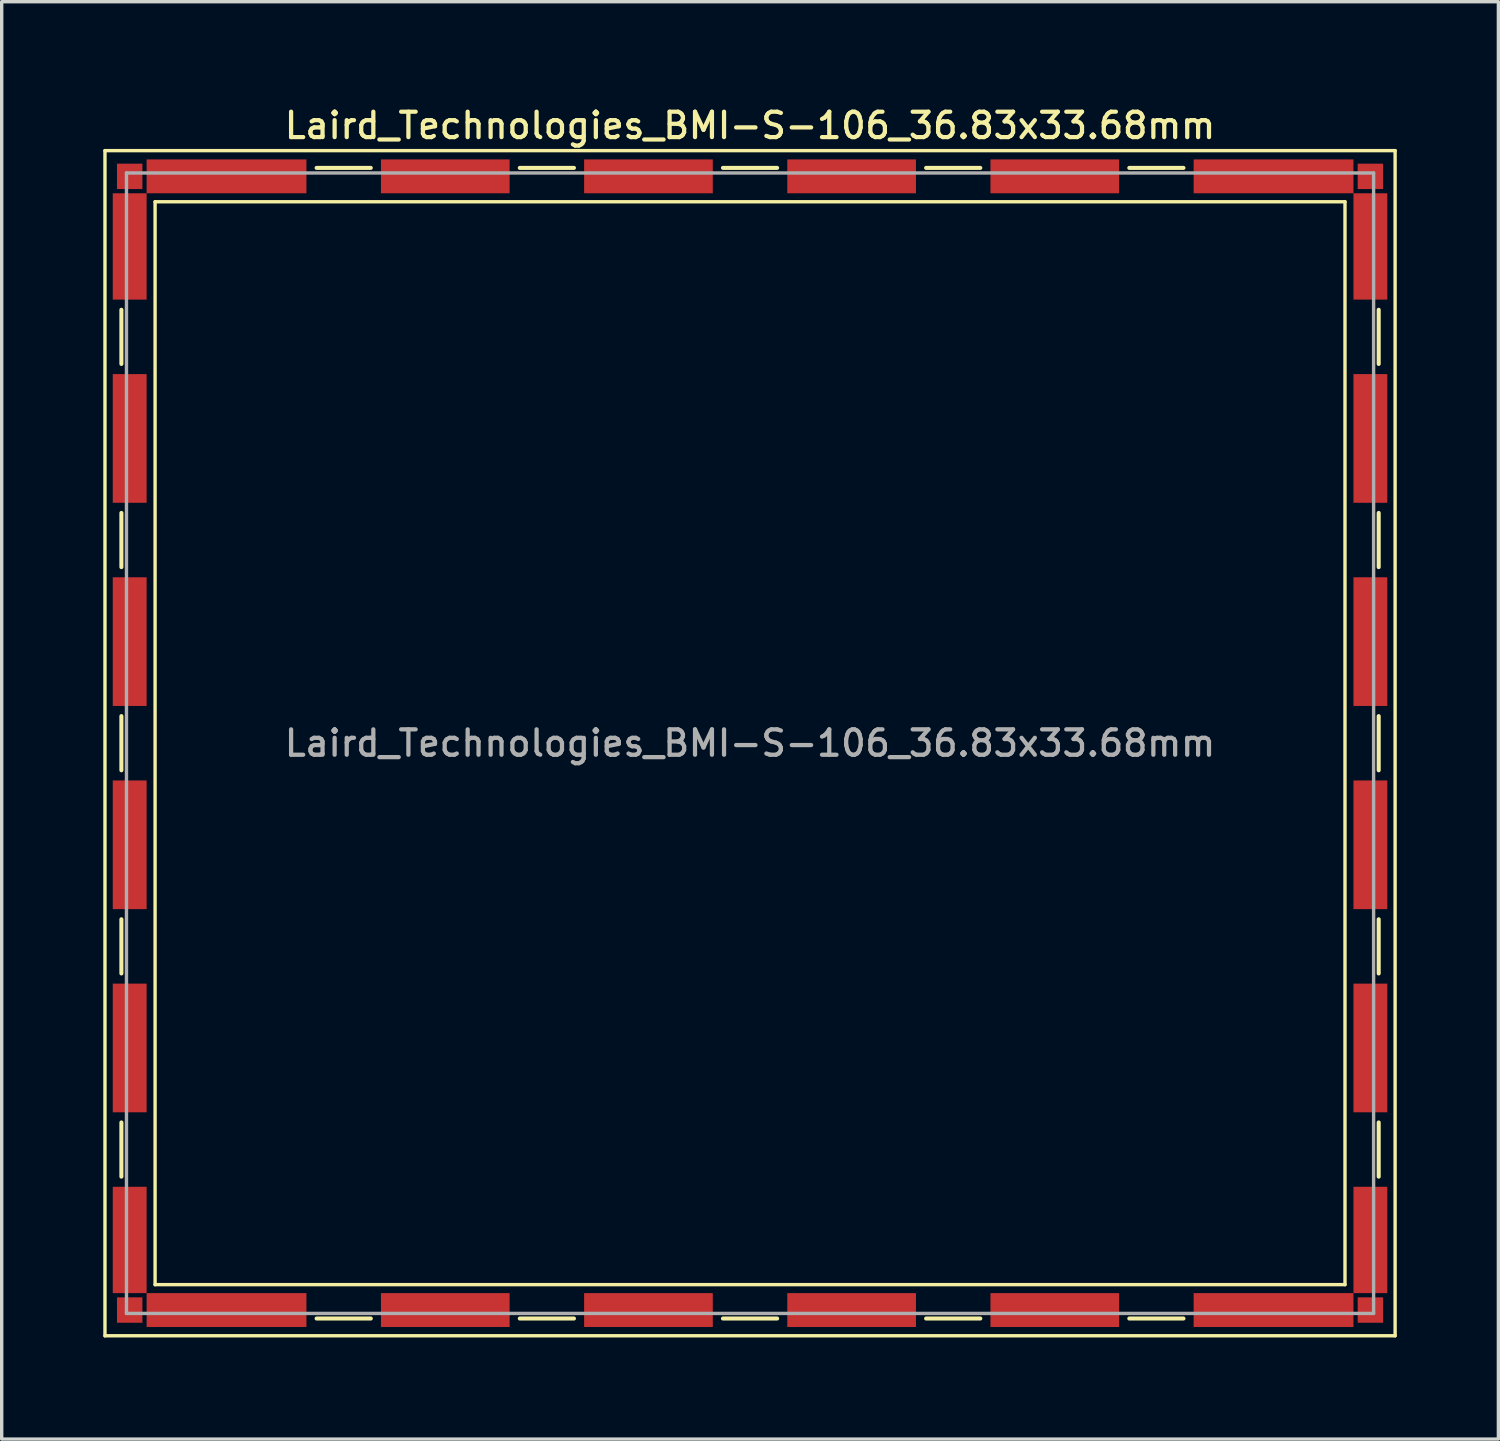
<source format=kicad_pcb>
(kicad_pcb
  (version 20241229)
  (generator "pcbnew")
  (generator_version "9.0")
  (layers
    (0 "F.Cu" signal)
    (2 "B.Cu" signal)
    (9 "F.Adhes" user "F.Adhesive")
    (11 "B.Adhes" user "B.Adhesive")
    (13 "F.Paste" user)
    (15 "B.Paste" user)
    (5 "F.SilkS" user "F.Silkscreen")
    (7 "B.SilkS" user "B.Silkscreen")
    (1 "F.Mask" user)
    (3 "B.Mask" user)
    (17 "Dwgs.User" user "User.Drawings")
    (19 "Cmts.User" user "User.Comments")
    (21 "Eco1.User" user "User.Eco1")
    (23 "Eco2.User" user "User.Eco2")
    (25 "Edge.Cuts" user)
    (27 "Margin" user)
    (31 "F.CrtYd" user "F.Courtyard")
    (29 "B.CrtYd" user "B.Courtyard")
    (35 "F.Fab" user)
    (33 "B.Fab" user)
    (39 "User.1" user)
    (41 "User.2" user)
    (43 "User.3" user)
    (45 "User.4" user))
  (footprint "Laird_Technologies_BMI-S-106_36.83x33.68mm"
    (layer "F.Cu")
    (at 19.1 18.898)
    (property "Reference" "Laird_Technologies_BMI-S-106_36.83x33.68mm" (at 0 -18.24 0) (layer "F.SilkS") (effects (font (size 0.75 0.75) (thickness 0.125))))
    (attr smd)
    (fp_line (start -19.05 -17.5) (end -19.05 17.5) (stroke (width 0.1) (type solid)) (layer "F.SilkS"))
    (fp_line (start -19.05 17.5) (end 19.05 17.5) (stroke (width 0.1) (type solid)) (layer "F.SilkS"))
    (fp_line (start -18.565 -12.8) (end -18.565 -11.2) (stroke (width 0.12) (type solid)) (layer "F.SilkS"))
    (fp_line (start -18.565 -6.8) (end -18.565 -5.2) (stroke (width 0.12) (type solid)) (layer "F.SilkS"))
    (fp_line (start -18.565 -0.8) (end -18.565 0.8) (stroke (width 0.12) (type solid)) (layer "F.SilkS"))
    (fp_line (start -18.565 5.2) (end -18.565 6.8) (stroke (width 0.12) (type solid)) (layer "F.SilkS"))
    (fp_line (start -18.565 11.2) (end -18.565 12.8) (stroke (width 0.12) (type solid)) (layer "F.SilkS"))
    (fp_line (start -17.57 -15.99) (end -17.57 15.99) (stroke (width 0.1) (type solid)) (layer "F.SilkS"))
    (fp_line (start -12.8 -16.99) (end -11.2 -16.99) (stroke (width 0.12) (type solid)) (layer "F.SilkS"))
    (fp_line (start -12.8 16.99) (end -11.2 16.99) (stroke (width 0.12) (type solid)) (layer "F.SilkS"))
    (fp_line (start -6.8 -16.99) (end -5.2 -16.99) (stroke (width 0.12) (type solid)) (layer "F.SilkS"))
    (fp_line (start -6.8 16.99) (end -5.2 16.99) (stroke (width 0.12) (type solid)) (layer "F.SilkS"))
    (fp_line (start -0.8 -16.99) (end 0.8 -16.99) (stroke (width 0.12) (type solid)) (layer "F.SilkS"))
    (fp_line (start -0.8 16.99) (end 0.8 16.99) (stroke (width 0.12) (type solid)) (layer "F.SilkS"))
    (fp_line (start 5.2 -16.99) (end 6.8 -16.99) (stroke (width 0.12) (type solid)) (layer "F.SilkS"))
    (fp_line (start 5.2 16.99) (end 6.8 16.99) (stroke (width 0.12) (type solid)) (layer "F.SilkS"))
    (fp_line (start 11.2 -16.99) (end 12.8 -16.99) (stroke (width 0.12) (type solid)) (layer "F.SilkS"))
    (fp_line (start 11.2 16.99) (end 12.8 16.99) (stroke (width 0.12) (type solid)) (layer "F.SilkS"))
    (fp_line (start 17.57 -15.99) (end -17.57 -15.99) (stroke (width 0.1) (type solid)) (layer "F.SilkS"))
    (fp_line (start 17.57 -15.99) (end 17.57 15.99) (stroke (width 0.1) (type solid)) (layer "F.SilkS"))
    (fp_line (start 17.57 15.99) (end -17.57 15.99) (stroke (width 0.1) (type solid)) (layer "F.SilkS"))
    (fp_line (start 18.565 -12.8) (end 18.565 -11.2) (stroke (width 0.12) (type solid)) (layer "F.SilkS"))
    (fp_line (start 18.565 -6.8) (end 18.565 -5.2) (stroke (width 0.12) (type solid)) (layer "F.SilkS"))
    (fp_line (start 18.565 -0.8) (end 18.565 0.8) (stroke (width 0.12) (type solid)) (layer "F.SilkS"))
    (fp_line (start 18.565 5.2) (end 18.565 6.8) (stroke (width 0.12) (type solid)) (layer "F.SilkS"))
    (fp_line (start 18.565 11.2) (end 18.565 12.8) (stroke (width 0.12) (type solid)) (layer "F.SilkS"))
    (fp_line (start 19.05 -17.5) (end -19.05 -17.5) (stroke (width 0.1) (type solid)) (layer "F.SilkS"))
    (fp_line (start 19.05 17.5) (end 19.05 -17.5) (stroke (width 0.1) (type solid)) (layer "F.SilkS"))
    (fp_line (start -18.415 -16.84) (end -18.415 16.84) (stroke (width 0.1) (type solid)) (layer "F.Fab"))
    (fp_line (start -18.415 16.84) (end 18.415 16.84) (stroke (width 0.1) (type solid)) (layer "F.Fab"))
    (fp_line (start 18.415 -16.84) (end -18.415 -16.84) (stroke (width 0.1) (type solid)) (layer "F.Fab"))
    (fp_line (start 18.415 16.84) (end 18.415 -16.84) (stroke (width 0.1) (type solid)) (layer "F.Fab"))
    (fp_text user "${REFERENCE}" (at 0 0 0) (layer "F.Fab") (effects (font (size 0.75 0.75) (thickness 0.125))))
    (pad "1" smd rect (at -18.32 -16.74) (size 0.75 0.75) (layers "F.Cu" "F.Mask" "F.Paste"))
    (pad "1" smd rect (at -18.32 -14.67) (size 1 3.14) (layers "F.Cu" "F.Mask" "F.Paste"))
    (pad "1" smd rect (at -18.32 -9) (size 1 3.8) (layers "F.Cu" "F.Mask" "F.Paste"))
    (pad "1" smd rect (at -18.32 -3) (size 1 3.8) (layers "F.Cu" "F.Mask" "F.Paste"))
    (pad "1" smd rect (at -18.32 3) (size 1 3.8) (layers "F.Cu" "F.Mask" "F.Paste"))
    (pad "1" smd rect (at -18.32 9) (size 1 3.8) (layers "F.Cu" "F.Mask" "F.Paste"))
    (pad "1" smd rect (at -18.32 14.67) (size 1 3.14) (layers "F.Cu" "F.Mask" "F.Paste"))
    (pad "1" smd rect (at -18.32 16.74) (size 0.75 0.75) (layers "F.Cu" "F.Mask" "F.Paste"))
    (pad "1" smd rect (at -15.46 -16.74) (size 4.72 1) (layers "F.Cu" "F.Mask" "F.Paste"))
    (pad "1" smd rect (at -15.46 16.74) (size 4.72 1) (layers "F.Cu" "F.Mask" "F.Paste"))
    (pad "1" smd rect (at -9 -16.74) (size 3.8 1) (layers "F.Cu" "F.Mask" "F.Paste"))
    (pad "1" smd rect (at -9 16.74) (size 3.8 1) (layers "F.Cu" "F.Mask" "F.Paste"))
    (pad "1" smd rect (at -3 -16.74) (size 3.8 1) (layers "F.Cu" "F.Mask" "F.Paste"))
    (pad "1" smd rect (at -3 16.74) (size 3.8 1) (layers "F.Cu" "F.Mask" "F.Paste"))
    (pad "1" smd rect (at 3 -16.74) (size 3.8 1) (layers "F.Cu" "F.Mask" "F.Paste"))
    (pad "1" smd rect (at 3 16.74) (size 3.8 1) (layers "F.Cu" "F.Mask" "F.Paste"))
    (pad "1" smd rect (at 9 -16.74) (size 3.8 1) (layers "F.Cu" "F.Mask" "F.Paste"))
    (pad "1" smd rect (at 9 16.74) (size 3.8 1) (layers "F.Cu" "F.Mask" "F.Paste"))
    (pad "1" smd rect (at 15.46 -16.74) (size 4.72 1) (layers "F.Cu" "F.Mask" "F.Paste"))
    (pad "1" smd rect (at 15.46 16.74) (size 4.72 1) (layers "F.Cu" "F.Mask" "F.Paste"))
    (pad "1" smd rect (at 18.32 -16.74) (size 0.75 0.75) (layers "F.Cu" "F.Mask" "F.Paste"))
    (pad "1" smd rect (at 18.32 -14.67) (size 1 3.14) (layers "F.Cu" "F.Mask" "F.Paste"))
    (pad "1" smd rect (at 18.32 -9) (size 1 3.8) (layers "F.Cu" "F.Mask" "F.Paste"))
    (pad "1" smd rect (at 18.32 -3) (size 1 3.8) (layers "F.Cu" "F.Mask" "F.Paste"))
    (pad "1" smd rect (at 18.32 3) (size 1 3.8) (layers "F.Cu" "F.Mask" "F.Paste"))
    (pad "1" smd rect (at 18.32 9) (size 1 3.8) (layers "F.Cu" "F.Mask" "F.Paste"))
    (pad "1" smd rect (at 18.32 14.67) (size 1 3.14) (layers "F.Cu" "F.Mask" "F.Paste"))
    (pad "1" smd rect (at 18.32 16.74) (size 0.75 0.75) (layers "F.Cu" "F.Mask" "F.Paste")))
  (gr_rect
    (start -3 -3)
    (end 41.2 39.448)
    (stroke (width 0.1) (type default))
    (fill no)
    (layer "Edge.Cuts")))
</source>
